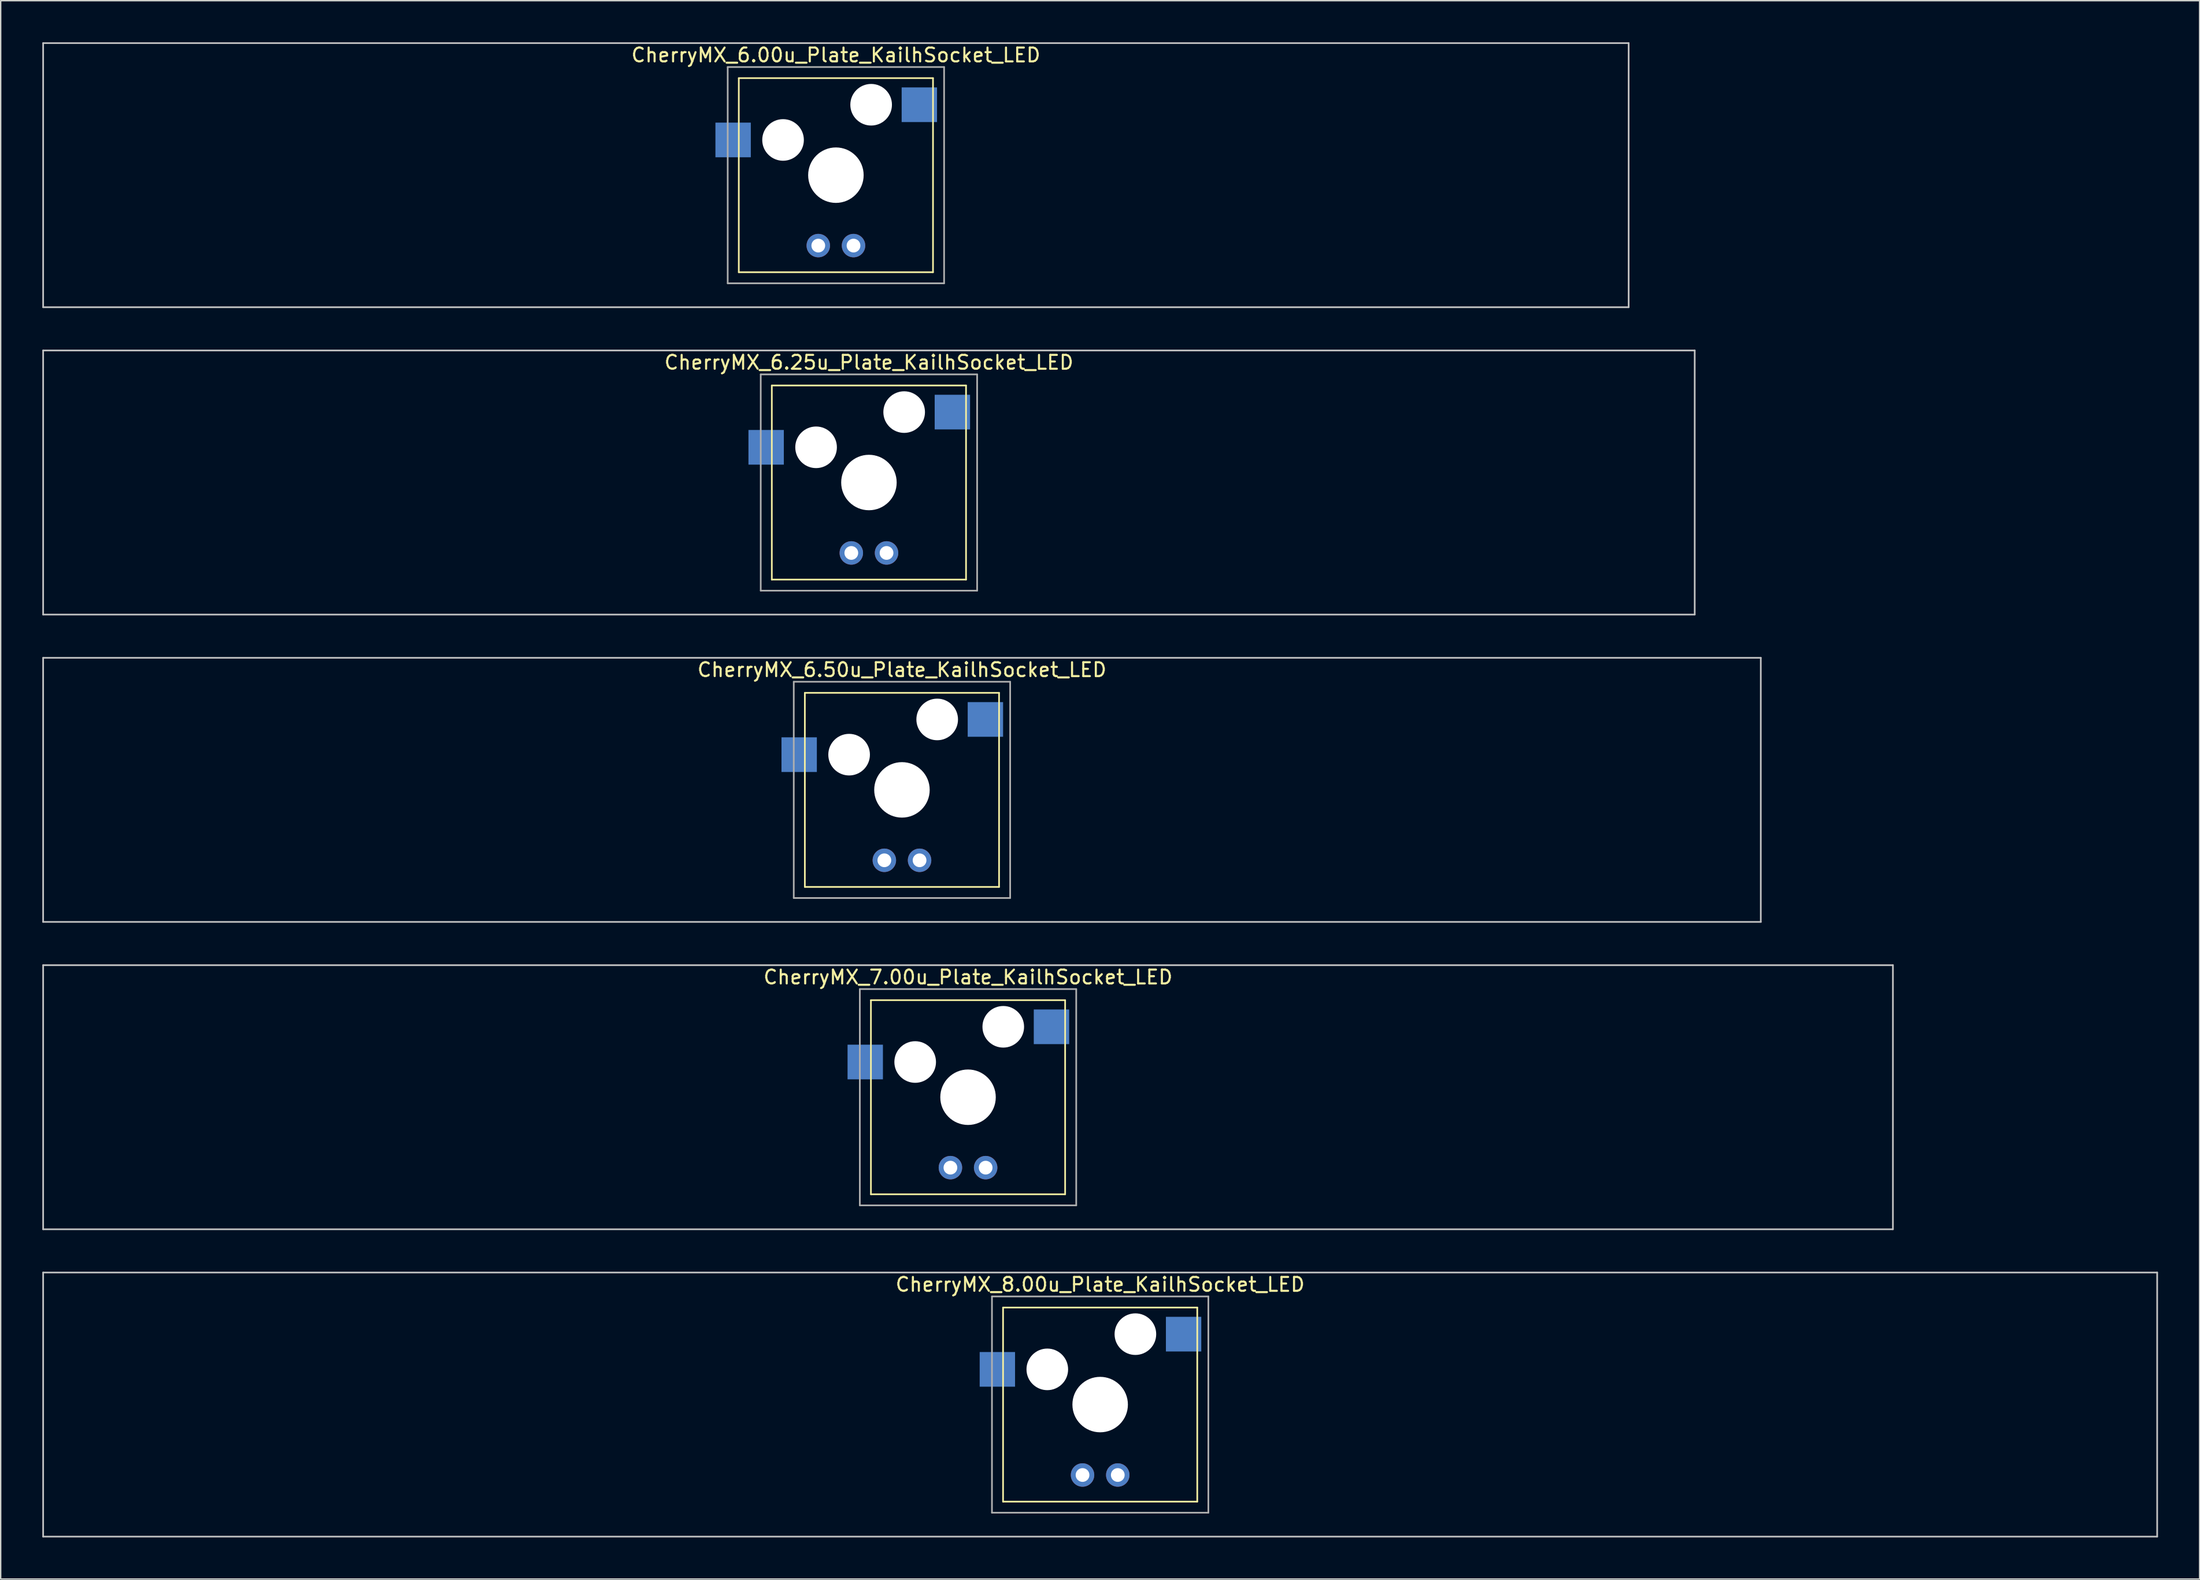
<source format=kicad_pcb>
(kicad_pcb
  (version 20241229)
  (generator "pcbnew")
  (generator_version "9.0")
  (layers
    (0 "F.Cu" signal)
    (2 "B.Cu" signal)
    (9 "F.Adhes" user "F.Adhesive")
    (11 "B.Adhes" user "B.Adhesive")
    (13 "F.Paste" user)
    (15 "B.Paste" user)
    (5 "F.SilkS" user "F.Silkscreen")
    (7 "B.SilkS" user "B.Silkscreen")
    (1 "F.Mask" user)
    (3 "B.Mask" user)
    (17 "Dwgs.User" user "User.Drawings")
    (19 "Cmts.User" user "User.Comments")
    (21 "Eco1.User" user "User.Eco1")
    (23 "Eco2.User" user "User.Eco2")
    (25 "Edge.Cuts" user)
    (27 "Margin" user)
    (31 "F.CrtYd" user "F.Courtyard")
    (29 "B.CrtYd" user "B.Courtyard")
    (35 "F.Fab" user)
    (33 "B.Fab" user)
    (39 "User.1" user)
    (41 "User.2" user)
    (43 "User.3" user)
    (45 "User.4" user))
  (footprint "CherryMX_7.00u_Plate_KailhSocket_LED"
    (layer "F.Cu")
    (at 66.735 76.095)
    (property "Reference" "CherryMX_7.00u_Plate_KailhSocket_LED" (at 0 -8.662 0) (layer "F.SilkS") (effects (font (size 1 1) (thickness 0.15))))
    (attr through_hole)
    (fp_line (start -7 -7) (end -7 7) (stroke (width 0.12) (type solid)) (layer "F.SilkS"))
    (fp_line (start -7 -7) (end 7 -7) (stroke (width 0.12) (type solid)) (layer "F.SilkS"))
    (fp_line (start 7 -7) (end 7 7) (stroke (width 0.12) (type solid)) (layer "F.SilkS"))
    (fp_line (start 7 7) (end -7 7) (stroke (width 0.12) (type solid)) (layer "F.SilkS"))
    (fp_line (start -66.675 -9.525) (end 66.675 -9.525) (stroke (width 0.12) (type solid)) (layer "Dwgs.User"))
    (fp_line (start -66.675 9.525) (end -66.675 -9.525) (stroke (width 0.12) (type solid)) (layer "Dwgs.User"))
    (fp_line (start 66.675 -9.525) (end 66.675 9.525) (stroke (width 0.12) (type solid)) (layer "Dwgs.User"))
    (fp_line (start 66.675 9.525) (end -66.675 9.525) (stroke (width 0.12) (type solid)) (layer "Dwgs.User"))
    (fp_line (start -7.8 -7.8) (end -7.8 7.8) (stroke (width 0.12) (type solid)) (layer "F.Fab"))
    (fp_line (start -7.8 -7.8) (end 7.8 -7.8) (stroke (width 0.12) (type solid)) (layer "F.Fab"))
    (fp_line (start -7.8 7.8) (end 7.8 7.8) (stroke (width 0.12) (type solid)) (layer "F.Fab"))
    (fp_line (start 7.8 -7.8) (end 7.8 7.8) (stroke (width 0.12) (type solid)) (layer "F.Fab"))
    (pad "" np_thru_hole circle (at -3.81 -2.54) (size 3 3) (drill 3) (layers "*.Cu" "*.Mask"))
    (pad "" np_thru_hole circle (at 0 0) (size 4 4) (drill 4) (layers "*.Cu" "*.Mask"))
    (pad "" np_thru_hole circle (at 2.54 -5.08) (size 3 3) (drill 3) (layers "*.Cu" "*.Mask"))
    (pad "1" smd rect (at -7.41 -2.54) (size 2.55 2.5) (layers "B.Cu" "B.Mask" "B.Paste"))
    (pad "2" smd rect (at 6.015 -5.08) (size 2.55 2.5) (layers "B.Cu" "B.Mask" "B.Paste"))
    (pad "3" thru_hole circle (at -1.27 5.08) (size 1.691 1.691) (drill 0.991) (layers "*.Cu" "*.Mask"))
    (pad "4" thru_hole circle (at 1.27 5.08) (size 1.691 1.691) (drill 0.991) (layers "*.Cu" "*.Mask")))
  (footprint "CherryMX_6.00u_Plate_KailhSocket_LED"
    (layer "F.Cu")
    (at 57.21 9.585)
    (property "Reference" "CherryMX_6.00u_Plate_KailhSocket_LED" (at 0 -8.662 0) (layer "F.SilkS") (effects (font (size 1 1) (thickness 0.15))))
    (attr through_hole)
    (fp_line (start -7 -7) (end -7 7) (stroke (width 0.12) (type solid)) (layer "F.SilkS"))
    (fp_line (start -7 -7) (end 7 -7) (stroke (width 0.12) (type solid)) (layer "F.SilkS"))
    (fp_line (start 7 -7) (end 7 7) (stroke (width 0.12) (type solid)) (layer "F.SilkS"))
    (fp_line (start 7 7) (end -7 7) (stroke (width 0.12) (type solid)) (layer "F.SilkS"))
    (fp_line (start -57.15 -9.525) (end 57.15 -9.525) (stroke (width 0.12) (type solid)) (layer "Dwgs.User"))
    (fp_line (start -57.15 9.525) (end -57.15 -9.525) (stroke (width 0.12) (type solid)) (layer "Dwgs.User"))
    (fp_line (start 57.15 -9.525) (end 57.15 9.525) (stroke (width 0.12) (type solid)) (layer "Dwgs.User"))
    (fp_line (start 57.15 9.525) (end -57.15 9.525) (stroke (width 0.12) (type solid)) (layer "Dwgs.User"))
    (fp_line (start -7.8 -7.8) (end -7.8 7.8) (stroke (width 0.12) (type solid)) (layer "F.Fab"))
    (fp_line (start -7.8 -7.8) (end 7.8 -7.8) (stroke (width 0.12) (type solid)) (layer "F.Fab"))
    (fp_line (start -7.8 7.8) (end 7.8 7.8) (stroke (width 0.12) (type solid)) (layer "F.Fab"))
    (fp_line (start 7.8 -7.8) (end 7.8 7.8) (stroke (width 0.12) (type solid)) (layer "F.Fab"))
    (pad "" np_thru_hole circle (at -3.81 -2.54) (size 3 3) (drill 3) (layers "*.Cu" "*.Mask"))
    (pad "" np_thru_hole circle (at 0 0) (size 4 4) (drill 4) (layers "*.Cu" "*.Mask"))
    (pad "" np_thru_hole circle (at 2.54 -5.08) (size 3 3) (drill 3) (layers "*.Cu" "*.Mask"))
    (pad "1" smd rect (at -7.41 -2.54) (size 2.55 2.5) (layers "B.Cu" "B.Mask" "B.Paste"))
    (pad "2" smd rect (at 6.015 -5.08) (size 2.55 2.5) (layers "B.Cu" "B.Mask" "B.Paste"))
    (pad "3" thru_hole circle (at -1.27 5.08) (size 1.691 1.691) (drill 0.991) (layers "*.Cu" "*.Mask"))
    (pad "4" thru_hole circle (at 1.27 5.08) (size 1.691 1.691) (drill 0.991) (layers "*.Cu" "*.Mask")))
  (footprint "CherryMX_8.00u_Plate_KailhSocket_LED"
    (layer "F.Cu")
    (at 76.26 98.265)
    (property "Reference" "CherryMX_8.00u_Plate_KailhSocket_LED" (at 0 -8.662 0) (layer "F.SilkS") (effects (font (size 1 1) (thickness 0.15))))
    (attr through_hole)
    (fp_line (start -7 -7) (end -7 7) (stroke (width 0.12) (type solid)) (layer "F.SilkS"))
    (fp_line (start -7 -7) (end 7 -7) (stroke (width 0.12) (type solid)) (layer "F.SilkS"))
    (fp_line (start 7 -7) (end 7 7) (stroke (width 0.12) (type solid)) (layer "F.SilkS"))
    (fp_line (start 7 7) (end -7 7) (stroke (width 0.12) (type solid)) (layer "F.SilkS"))
    (fp_line (start -76.2 -9.525) (end 76.2 -9.525) (stroke (width 0.12) (type solid)) (layer "Dwgs.User"))
    (fp_line (start -76.2 9.525) (end -76.2 -9.525) (stroke (width 0.12) (type solid)) (layer "Dwgs.User"))
    (fp_line (start 76.2 -9.525) (end 76.2 9.525) (stroke (width 0.12) (type solid)) (layer "Dwgs.User"))
    (fp_line (start 76.2 9.525) (end -76.2 9.525) (stroke (width 0.12) (type solid)) (layer "Dwgs.User"))
    (fp_line (start -7.8 -7.8) (end -7.8 7.8) (stroke (width 0.12) (type solid)) (layer "F.Fab"))
    (fp_line (start -7.8 -7.8) (end 7.8 -7.8) (stroke (width 0.12) (type solid)) (layer "F.Fab"))
    (fp_line (start -7.8 7.8) (end 7.8 7.8) (stroke (width 0.12) (type solid)) (layer "F.Fab"))
    (fp_line (start 7.8 -7.8) (end 7.8 7.8) (stroke (width 0.12) (type solid)) (layer "F.Fab"))
    (pad "" np_thru_hole circle (at -3.81 -2.54) (size 3 3) (drill 3) (layers "*.Cu" "*.Mask"))
    (pad "" np_thru_hole circle (at 0 0) (size 4 4) (drill 4) (layers "*.Cu" "*.Mask"))
    (pad "" np_thru_hole circle (at 2.54 -5.08) (size 3 3) (drill 3) (layers "*.Cu" "*.Mask"))
    (pad "1" smd rect (at -7.41 -2.54) (size 2.55 2.5) (layers "B.Cu" "B.Mask" "B.Paste"))
    (pad "2" smd rect (at 6.015 -5.08) (size 2.55 2.5) (layers "B.Cu" "B.Mask" "B.Paste"))
    (pad "3" thru_hole circle (at -1.27 5.08) (size 1.691 1.691) (drill 0.991) (layers "*.Cu" "*.Mask"))
    (pad "4" thru_hole circle (at 1.27 5.08) (size 1.691 1.691) (drill 0.991) (layers "*.Cu" "*.Mask")))
  (footprint "CherryMX_6.25u_Plate_KailhSocket_LED"
    (layer "F.Cu")
    (at 59.591 31.755)
    (property "Reference" "CherryMX_6.25u_Plate_KailhSocket_LED" (at 0 -8.662 0) (layer "F.SilkS") (effects (font (size 1 1) (thickness 0.15))))
    (attr through_hole)
    (fp_line (start -7 -7) (end -7 7) (stroke (width 0.12) (type solid)) (layer "F.SilkS"))
    (fp_line (start -7 -7) (end 7 -7) (stroke (width 0.12) (type solid)) (layer "F.SilkS"))
    (fp_line (start 7 -7) (end 7 7) (stroke (width 0.12) (type solid)) (layer "F.SilkS"))
    (fp_line (start 7 7) (end -7 7) (stroke (width 0.12) (type solid)) (layer "F.SilkS"))
    (fp_line (start -59.531 -9.525) (end 59.531 -9.525) (stroke (width 0.12) (type solid)) (layer "Dwgs.User"))
    (fp_line (start -59.531 9.525) (end -59.531 -9.525) (stroke (width 0.12) (type solid)) (layer "Dwgs.User"))
    (fp_line (start 59.531 -9.525) (end 59.531 9.525) (stroke (width 0.12) (type solid)) (layer "Dwgs.User"))
    (fp_line (start 59.531 9.525) (end -59.531 9.525) (stroke (width 0.12) (type solid)) (layer "Dwgs.User"))
    (fp_line (start -7.8 -7.8) (end -7.8 7.8) (stroke (width 0.12) (type solid)) (layer "F.Fab"))
    (fp_line (start -7.8 -7.8) (end 7.8 -7.8) (stroke (width 0.12) (type solid)) (layer "F.Fab"))
    (fp_line (start -7.8 7.8) (end 7.8 7.8) (stroke (width 0.12) (type solid)) (layer "F.Fab"))
    (fp_line (start 7.8 -7.8) (end 7.8 7.8) (stroke (width 0.12) (type solid)) (layer "F.Fab"))
    (pad "" np_thru_hole circle (at -3.81 -2.54) (size 3 3) (drill 3) (layers "*.Cu" "*.Mask"))
    (pad "" np_thru_hole circle (at 0 0) (size 4 4) (drill 4) (layers "*.Cu" "*.Mask"))
    (pad "" np_thru_hole circle (at 2.54 -5.08) (size 3 3) (drill 3) (layers "*.Cu" "*.Mask"))
    (pad "1" smd rect (at -7.41 -2.54) (size 2.55 2.5) (layers "B.Cu" "B.Mask" "B.Paste"))
    (pad "2" smd rect (at 6.015 -5.08) (size 2.55 2.5) (layers "B.Cu" "B.Mask" "B.Paste"))
    (pad "3" thru_hole circle (at -1.27 5.08) (size 1.691 1.691) (drill 0.991) (layers "*.Cu" "*.Mask"))
    (pad "4" thru_hole circle (at 1.27 5.08) (size 1.691 1.691) (drill 0.991) (layers "*.Cu" "*.Mask")))
  (footprint "CherryMX_6.50u_Plate_KailhSocket_LED"
    (layer "F.Cu")
    (at 61.972 53.925)
    (property "Reference" "CherryMX_6.50u_Plate_KailhSocket_LED" (at 0 -8.662 0) (layer "F.SilkS") (effects (font (size 1 1) (thickness 0.15))))
    (attr through_hole)
    (fp_line (start -7 -7) (end -7 7) (stroke (width 0.12) (type solid)) (layer "F.SilkS"))
    (fp_line (start -7 -7) (end 7 -7) (stroke (width 0.12) (type solid)) (layer "F.SilkS"))
    (fp_line (start 7 -7) (end 7 7) (stroke (width 0.12) (type solid)) (layer "F.SilkS"))
    (fp_line (start 7 7) (end -7 7) (stroke (width 0.12) (type solid)) (layer "F.SilkS"))
    (fp_line (start -61.913 -9.525) (end 61.913 -9.525) (stroke (width 0.12) (type solid)) (layer "Dwgs.User"))
    (fp_line (start -61.913 9.525) (end -61.913 -9.525) (stroke (width 0.12) (type solid)) (layer "Dwgs.User"))
    (fp_line (start 61.913 -9.525) (end 61.913 9.525) (stroke (width 0.12) (type solid)) (layer "Dwgs.User"))
    (fp_line (start 61.913 9.525) (end -61.913 9.525) (stroke (width 0.12) (type solid)) (layer "Dwgs.User"))
    (fp_line (start -7.8 -7.8) (end -7.8 7.8) (stroke (width 0.12) (type solid)) (layer "F.Fab"))
    (fp_line (start -7.8 -7.8) (end 7.8 -7.8) (stroke (width 0.12) (type solid)) (layer "F.Fab"))
    (fp_line (start -7.8 7.8) (end 7.8 7.8) (stroke (width 0.12) (type solid)) (layer "F.Fab"))
    (fp_line (start 7.8 -7.8) (end 7.8 7.8) (stroke (width 0.12) (type solid)) (layer "F.Fab"))
    (pad "" np_thru_hole circle (at -3.81 -2.54) (size 3 3) (drill 3) (layers "*.Cu" "*.Mask"))
    (pad "" np_thru_hole circle (at 0 0) (size 4 4) (drill 4) (layers "*.Cu" "*.Mask"))
    (pad "" np_thru_hole circle (at 2.54 -5.08) (size 3 3) (drill 3) (layers "*.Cu" "*.Mask"))
    (pad "1" smd rect (at -7.41 -2.54) (size 2.55 2.5) (layers "B.Cu" "B.Mask" "B.Paste"))
    (pad "2" smd rect (at 6.015 -5.08) (size 2.55 2.5) (layers "B.Cu" "B.Mask" "B.Paste"))
    (pad "3" thru_hole circle (at -1.27 5.08) (size 1.691 1.691) (drill 0.991) (layers "*.Cu" "*.Mask"))
    (pad "4" thru_hole circle (at 1.27 5.08) (size 1.691 1.691) (drill 0.991) (layers "*.Cu" "*.Mask")))
  (gr_rect
    (start -3 -3)
    (end 155.52 110.85)
    (stroke (width 0.1) (type default))
    (fill no)
    (layer "Edge.Cuts")))
</source>
